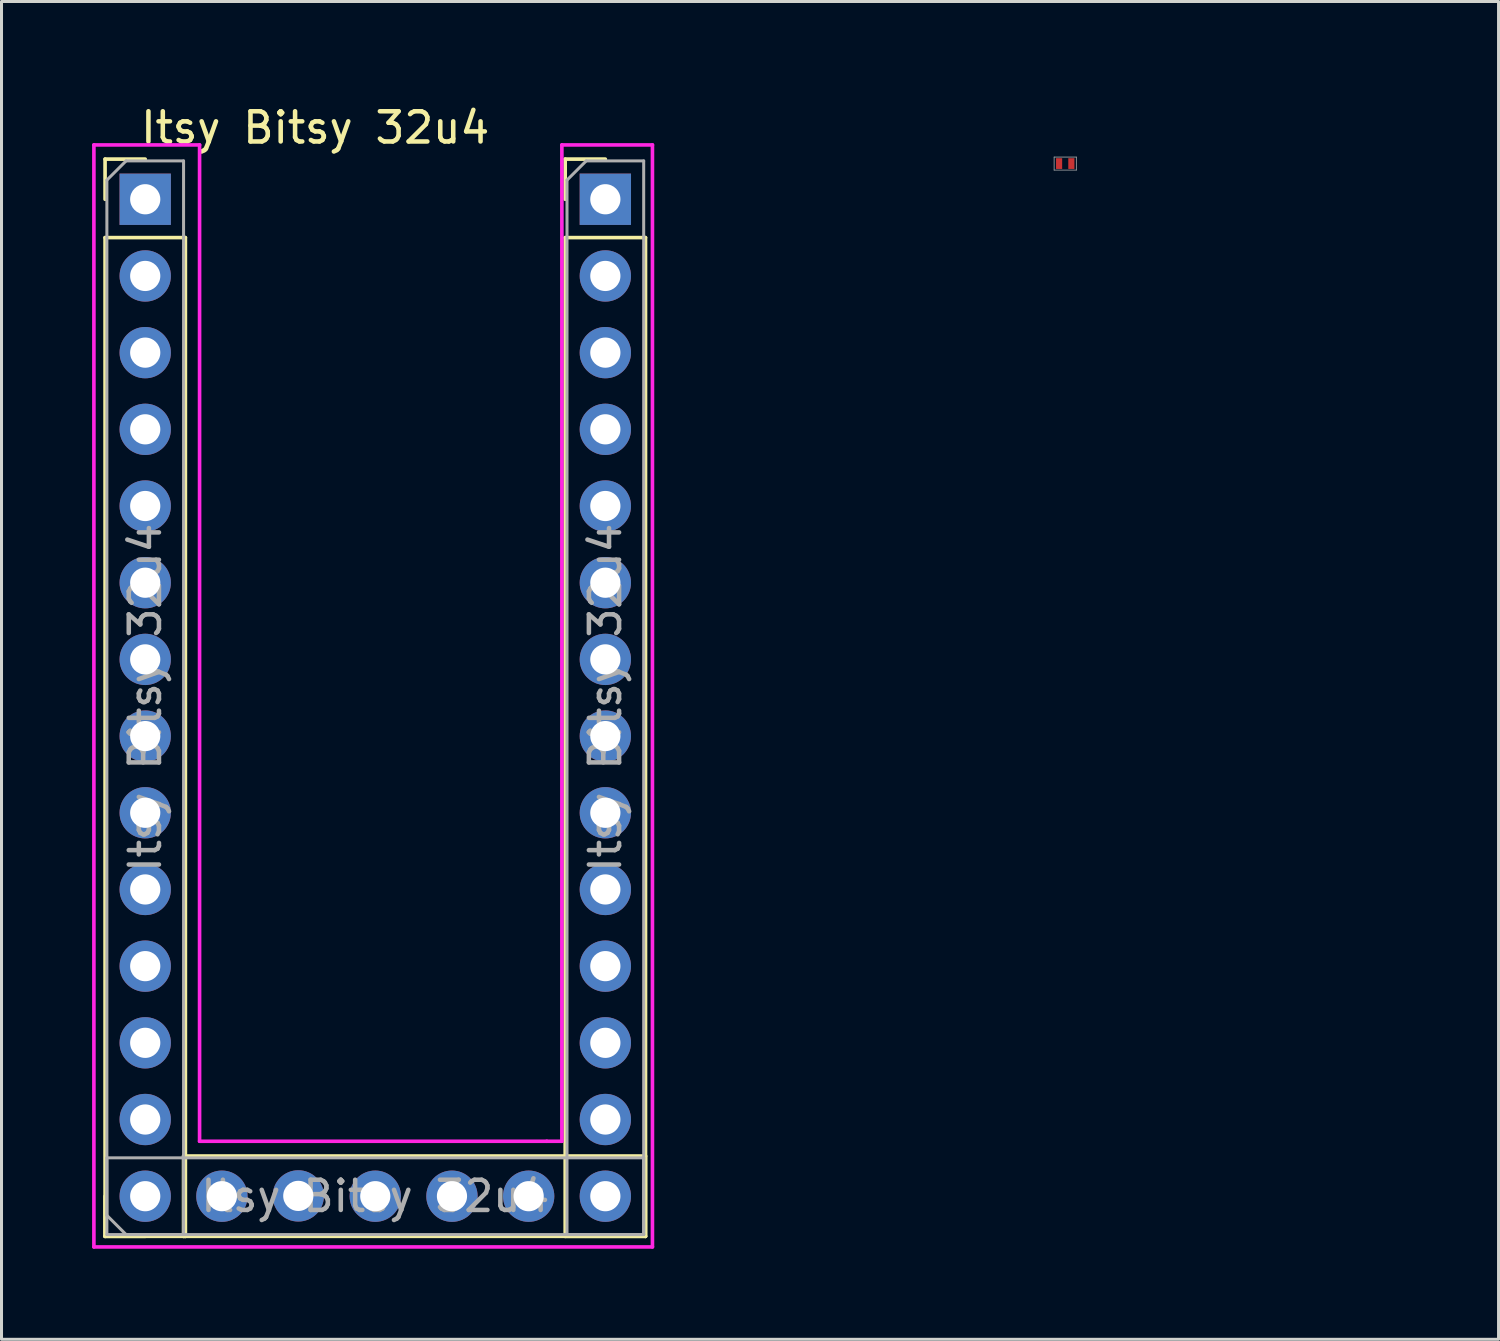
<source format=kicad_pcb>
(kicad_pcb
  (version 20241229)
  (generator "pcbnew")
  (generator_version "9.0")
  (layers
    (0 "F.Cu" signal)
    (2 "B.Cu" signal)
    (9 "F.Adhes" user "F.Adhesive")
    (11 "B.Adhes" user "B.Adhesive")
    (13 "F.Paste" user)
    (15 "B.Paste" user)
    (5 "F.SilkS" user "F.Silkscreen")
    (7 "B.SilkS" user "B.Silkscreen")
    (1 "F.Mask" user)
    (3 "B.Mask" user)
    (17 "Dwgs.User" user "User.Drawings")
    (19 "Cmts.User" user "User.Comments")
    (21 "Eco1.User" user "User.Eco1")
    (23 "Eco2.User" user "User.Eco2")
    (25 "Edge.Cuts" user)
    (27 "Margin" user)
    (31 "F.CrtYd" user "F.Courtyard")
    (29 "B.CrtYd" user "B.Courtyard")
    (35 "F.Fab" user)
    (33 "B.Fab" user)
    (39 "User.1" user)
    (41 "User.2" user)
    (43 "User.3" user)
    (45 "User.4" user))
  (footprint "LED_APG0603SEC-E-TT_KNB"
    (layer "F.Cu")
    (at 32.232 2.368)
    (property "Reference" "LED_APG0603SEC-E-TT_KNB" (at 0.37 -1.52 0) (unlocked yes) (layer "User.3") (effects (font (size 1 1) (thickness 0.15))))
    (attr smd)
    (fp_line (start -0.368 -0.216) (end -0.368 0.216) (stroke (width 0.025) (type solid)) (layer "F.Fab"))
    (fp_line (start -0.368 0.216) (end 0.368 0.216) (stroke (width 0.025) (type solid)) (layer "F.Fab"))
    (fp_line (start 0.368 -0.216) (end -0.368 -0.216) (stroke (width 0.025) (type solid)) (layer "F.Fab"))
    (fp_line (start 0.368 0.216) (end 0.368 -0.216) (stroke (width 0.025) (type solid)) (layer "F.Fab"))
    (pad "1" smd rect (at -0.203 0) (size 0.203 0.356) (layers "F.Cu" "F.Mask" "F.Paste"))
    (pad "2" smd rect (at 0.203 0) (size 0.203 0.356) (layers "F.Cu" "F.Mask" "F.Paste")))
  (footprint "Itsy Bitsy 32u4"
    (layer "F.Cu")
    (at 3.56 0.25)
    (property "Reference" "Itsy Bitsy 32u4" (at 3.83 0.93 0) (unlocked yes) (layer "F.SilkS") (effects (font (size 1 1) (thickness 0.15))))
    (attr through_hole)
    (fp_line (start -3.13 1.97) (end -1.8 1.97) (stroke (width 0.12) (type solid)) (layer "F.SilkS"))
    (fp_line (start -3.13 3.3) (end -3.13 1.97) (stroke (width 0.12) (type solid)) (layer "F.SilkS"))
    (fp_line (start -3.13 4.57) (end -3.13 37.65) (stroke (width 0.12) (type solid)) (layer "F.SilkS"))
    (fp_line (start -3.13 4.57) (end -0.47 4.57) (stroke (width 0.12) (type solid)) (layer "F.SilkS"))
    (fp_line (start -3.13 37.65) (end -3.13 36.32) (stroke (width 0.12) (type solid)) (layer "F.SilkS"))
    (fp_line (start -3.13 37.65) (end -0.47 37.65) (stroke (width 0.12) (type solid)) (layer "F.SilkS"))
    (fp_line (start -1.8 37.65) (end -3.13 37.65) (stroke (width 0.12) (type solid)) (layer "F.SilkS"))
    (fp_line (start -0.53 34.99) (end 14.77 34.99) (stroke (width 0.12) (type solid)) (layer "F.SilkS"))
    (fp_line (start -0.53 37.65) (end -0.53 34.99) (stroke (width 0.12) (type solid)) (layer "F.SilkS"))
    (fp_line (start -0.53 37.65) (end 14.77 37.65) (stroke (width 0.12) (type solid)) (layer "F.SilkS"))
    (fp_line (start -0.47 4.57) (end -0.47 37.65) (stroke (width 0.12) (type solid)) (layer "F.SilkS"))
    (fp_line (start 12.11 1.97) (end 13.44 1.97) (stroke (width 0.12) (type solid)) (layer "F.SilkS"))
    (fp_line (start 12.11 3.3) (end 12.11 1.97) (stroke (width 0.12) (type solid)) (layer "F.SilkS"))
    (fp_line (start 12.11 4.57) (end 12.11 37.65) (stroke (width 0.12) (type solid)) (layer "F.SilkS"))
    (fp_line (start 12.11 4.57) (end 14.77 4.57) (stroke (width 0.12) (type solid)) (layer "F.SilkS"))
    (fp_line (start 12.11 37.65) (end 14.77 37.65) (stroke (width 0.12) (type solid)) (layer "F.SilkS"))
    (fp_line (start 14.77 4.57) (end 14.77 37.65) (stroke (width 0.12) (type solid)) (layer "F.SilkS"))
    (fp_line (start 14.77 37.65) (end 14.77 34.99) (stroke (width 0.12) (type solid)) (layer "F.SilkS"))
    (fp_line (start -3.5 1.5) (end 0 1.5) (stroke (width 0.12) (type default)) (layer "F.CrtYd"))
    (fp_line (start -3.5 38) (end -3.5 1.5) (stroke (width 0.12) (type default)) (layer "F.CrtYd"))
    (fp_line (start 0 1.5) (end 0 34.5) (stroke (width 0.12) (type default)) (layer "F.CrtYd"))
    (fp_line (start 0 34.5) (end 11.5 34.5) (stroke (width 0.12) (type default)) (layer "F.CrtYd"))
    (fp_line (start 11.5 34.5) (end 12 34.5) (stroke (width 0.12) (type default)) (layer "F.CrtYd"))
    (fp_line (start 12 1.5) (end 15 1.5) (stroke (width 0.12) (type default)) (layer "F.CrtYd"))
    (fp_line (start 12 34.5) (end 12 1.5) (stroke (width 0.12) (type default)) (layer "F.CrtYd"))
    (fp_line (start 15 1.5) (end 15 38) (stroke (width 0.12) (type default)) (layer "F.CrtYd"))
    (fp_line (start 15 38) (end -3.5 38) (stroke (width 0.12) (type default)) (layer "F.CrtYd"))
    (fp_line (start -3.07 2.665) (end -2.435 2.03) (stroke (width 0.1) (type solid)) (layer "F.Fab"))
    (fp_line (start -3.07 35.05) (end 14.71 35.05) (stroke (width 0.1) (type solid)) (layer "F.Fab"))
    (fp_line (start -3.07 36.955) (end -3.07 35.05) (stroke (width 0.1) (type solid)) (layer "F.Fab"))
    (fp_line (start -3.07 37.59) (end -3.07 2.665) (stroke (width 0.1) (type solid)) (layer "F.Fab"))
    (fp_line (start -2.435 2.03) (end -0.53 2.03) (stroke (width 0.1) (type solid)) (layer "F.Fab"))
    (fp_line (start -2.435 37.59) (end -3.07 36.955) (stroke (width 0.1) (type solid)) (layer "F.Fab"))
    (fp_line (start -0.53 2.03) (end -0.53 37.59) (stroke (width 0.1) (type solid)) (layer "F.Fab"))
    (fp_line (start -0.53 37.59) (end -3.07 37.59) (stroke (width 0.1) (type solid)) (layer "F.Fab"))
    (fp_line (start 12.17 2.665) (end 12.805 2.03) (stroke (width 0.1) (type solid)) (layer "F.Fab"))
    (fp_line (start 12.17 37.59) (end 12.17 2.665) (stroke (width 0.1) (type solid)) (layer "F.Fab"))
    (fp_line (start 12.805 2.03) (end 14.71 2.03) (stroke (width 0.1) (type solid)) (layer "F.Fab"))
    (fp_line (start 14.71 2.03) (end 14.71 37.59) (stroke (width 0.1) (type solid)) (layer "F.Fab"))
    (fp_line (start 14.71 35.05) (end 14.71 37.59) (stroke (width 0.1) (type solid)) (layer "F.Fab"))
    (fp_line (start 14.71 37.59) (end -2.435 37.59) (stroke (width 0.1) (type solid)) (layer "F.Fab"))
    (fp_line (start 14.71 37.59) (end 12.17 37.59) (stroke (width 0.1) (type solid)) (layer "F.Fab"))
    (fp_text user "${REFERENCE}" (at 13.44 19.81 270) (layer "F.Fab") (effects (font (size 1 1) (thickness 0.15))))
    (fp_text user "${REFERENCE}" (at -1.8 19.81 270) (layer "F.Fab") (effects (font (size 1 1) (thickness 0.15))))
    (fp_text user "${REFERENCE}" (at 5.82 36.32 0) (layer "F.Fab") (effects (font (size 1 1) (thickness 0.15))))
    (pad "1" thru_hole rect (at -1.8 3.3) (size 1.7 1.7) (drill 1) (layers "*.Cu" "*.Mask"))
    (pad "2" thru_hole oval (at -1.8 5.84) (size 1.7 1.7) (drill 1) (layers "*.Cu" "*.Mask"))
    (pad "3" thru_hole oval (at -1.8 8.38) (size 1.7 1.7) (drill 1) (layers "*.Cu" "*.Mask"))
    (pad "4" thru_hole oval (at -1.8 10.92) (size 1.7 1.7) (drill 1) (layers "*.Cu" "*.Mask"))
    (pad "5" thru_hole oval (at -1.8 13.46) (size 1.7 1.7) (drill 1) (layers "*.Cu" "*.Mask"))
    (pad "6" thru_hole oval (at -1.8 16) (size 1.7 1.7) (drill 1) (layers "*.Cu" "*.Mask"))
    (pad "7" thru_hole oval (at -1.8 18.54) (size 1.7 1.7) (drill 1) (layers "*.Cu" "*.Mask"))
    (pad "8" thru_hole oval (at -1.8 21.08) (size 1.7 1.7) (drill 1) (layers "*.Cu" "*.Mask"))
    (pad "9" thru_hole oval (at -1.8 23.62) (size 1.7 1.7) (drill 1) (layers "*.Cu" "*.Mask"))
    (pad "10" thru_hole oval (at -1.8 26.16) (size 1.7 1.7) (drill 1) (layers "*.Cu" "*.Mask"))
    (pad "11" thru_hole oval (at -1.8 28.7) (size 1.7 1.7) (drill 1) (layers "*.Cu" "*.Mask"))
    (pad "12" thru_hole oval (at -1.8 31.24) (size 1.7 1.7) (drill 1) (layers "*.Cu" "*.Mask"))
    (pad "13" thru_hole oval (at -1.8 33.78) (size 1.7 1.7) (drill 1) (layers "*.Cu" "*.Mask"))
    (pad "14" thru_hole oval (at -1.8 36.32) (size 1.7 1.7) (drill 1) (layers "*.Cu" "*.Mask"))
    (pad "15" thru_hole oval (at 0.74 36.32 90) (size 1.7 1.7) (drill 1) (layers "*.Cu" "*.Mask"))
    (pad "16" thru_hole oval (at 3.27 36.31 90) (size 1.7 1.7) (drill 1) (layers "*.Cu" "*.Mask"))
    (pad "17" thru_hole oval (at 5.82 36.32 90) (size 1.7 1.7) (drill 1) (layers "*.Cu" "*.Mask"))
    (pad "18" thru_hole oval (at 8.36 36.32 90) (size 1.7 1.7) (drill 1) (layers "*.Cu" "*.Mask"))
    (pad "19" thru_hole oval (at 10.9 36.32 90) (size 1.7 1.7) (drill 1) (layers "*.Cu" "*.Mask"))
    (pad "20" thru_hole oval (at 13.44 36.32) (size 1.7 1.7) (drill 1) (layers "*.Cu" "*.Mask"))
    (pad "21" thru_hole oval (at 13.44 33.78) (size 1.7 1.7) (drill 1) (layers "*.Cu" "*.Mask"))
    (pad "22" thru_hole oval (at 13.44 31.24) (size 1.7 1.7) (drill 1) (layers "*.Cu" "*.Mask"))
    (pad "23" thru_hole oval (at 13.44 28.7) (size 1.7 1.7) (drill 1) (layers "*.Cu" "*.Mask"))
    (pad "24" thru_hole oval (at 13.44 26.16) (size 1.7 1.7) (drill 1) (layers "*.Cu" "*.Mask"))
    (pad "25" thru_hole oval (at 13.44 23.62) (size 1.7 1.7) (drill 1) (layers "*.Cu" "*.Mask"))
    (pad "26" thru_hole oval (at 13.44 21.08) (size 1.7 1.7) (drill 1) (layers "*.Cu" "*.Mask"))
    (pad "27" thru_hole oval (at 13.44 18.54) (size 1.7 1.7) (drill 1) (layers "*.Cu" "*.Mask"))
    (pad "28" thru_hole oval (at 13.44 16) (size 1.7 1.7) (drill 1) (layers "*.Cu" "*.Mask"))
    (pad "29" thru_hole oval (at 13.44 13.46) (size 1.7 1.7) (drill 1) (layers "*.Cu" "*.Mask"))
    (pad "30" thru_hole oval (at 13.44 10.92) (size 1.7 1.7) (drill 1) (layers "*.Cu" "*.Mask"))
    (pad "31" thru_hole oval (at 13.44 8.38) (size 1.7 1.7) (drill 1) (layers "*.Cu" "*.Mask"))
    (pad "32" thru_hole oval (at 13.44 5.84) (size 1.7 1.7) (drill 1) (layers "*.Cu" "*.Mask"))
    (pad "33" thru_hole rect (at 13.44 3.3) (size 1.7 1.7) (drill 1) (layers "*.Cu" "*.Mask")))
  (gr_rect
    (start -3 -3)
    (end 46.584 41.31)
    (stroke (width 0.1) (type default))
    (fill no)
    (layer "Edge.Cuts")))
</source>
